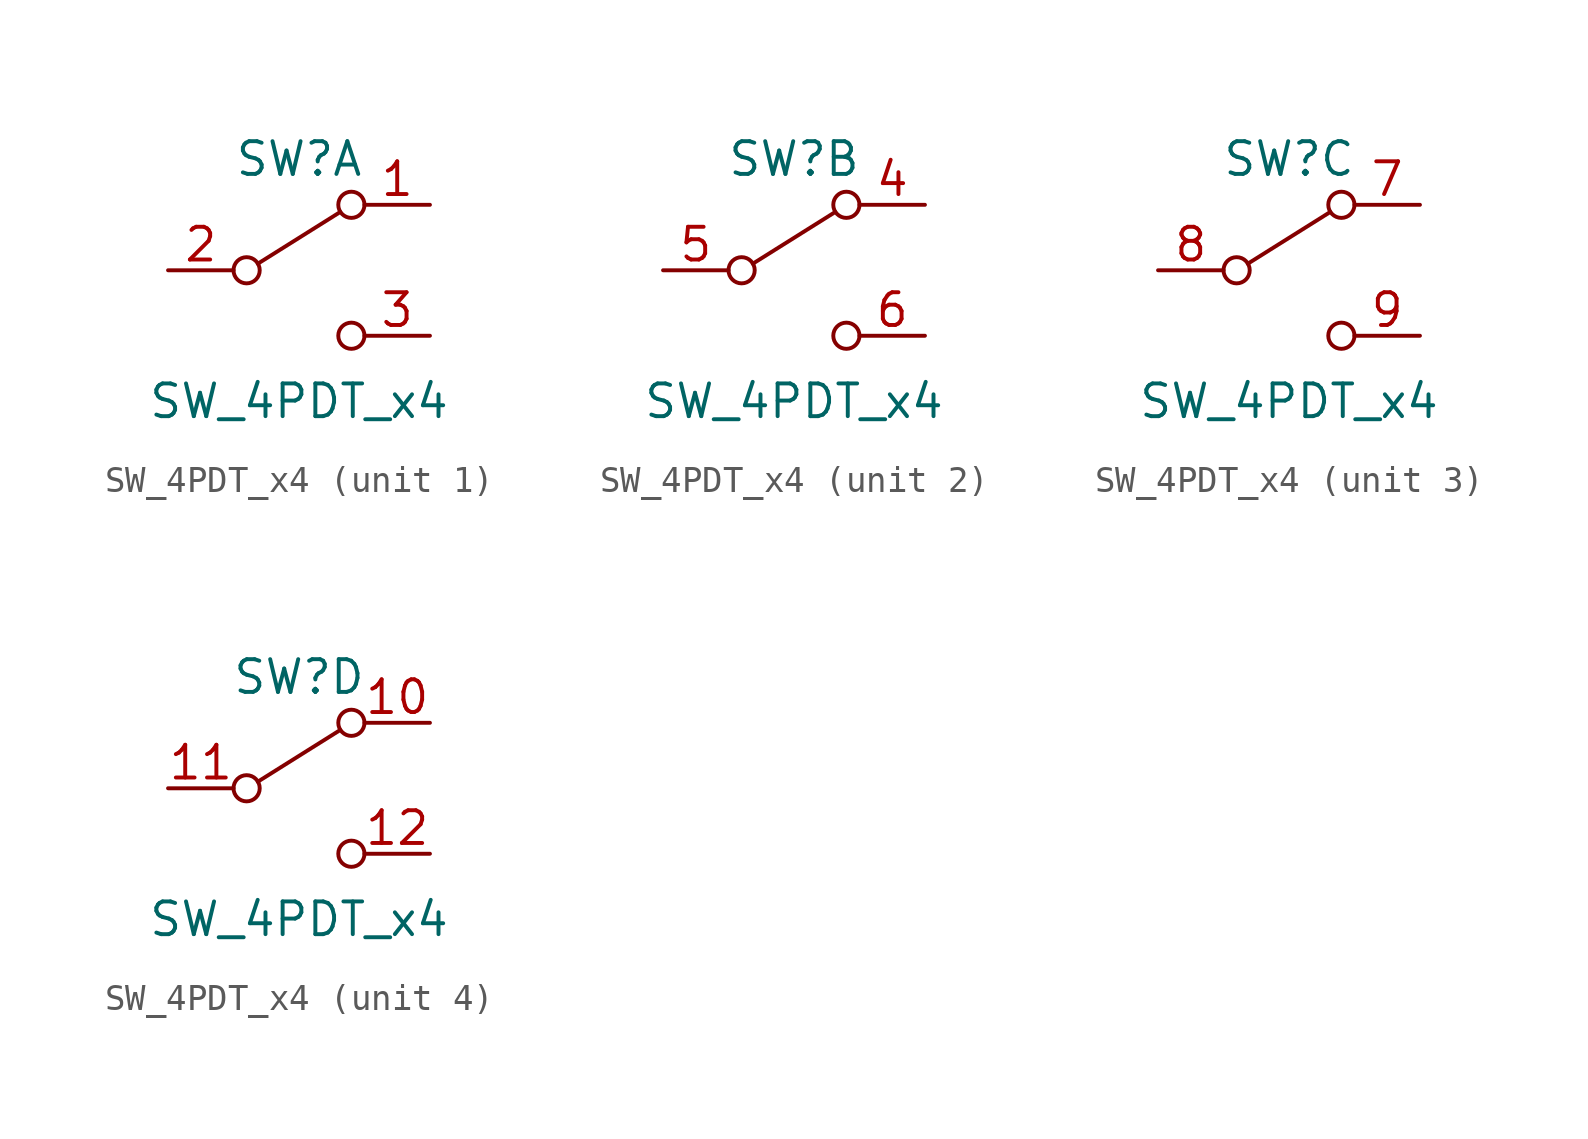
<source format=kicad_sym>
(kicad_symbol_lib
  (version 20211014)
  (generator kicad_symbol_editor)
  (symbol "SW_4PDT_x4"
    (pin_names
      (offset 0) hide)
    (property "Reference" "SW"
      (at 0 4.318 0)
      (effects (font (size 1.27 1.27))))
    (property "Value" "SW_4PDT_x4"
      (at 0 -5.08 0)
      (effects (font (size 1.27 1.27))))
    (symbol "SW_4PDT_x4_0_0"
      (circle (center -2.032 0) (radius 0.508) (stroke (width 0) (type default) (color 0 0 0 0)) (fill (type none)))
      (circle (center 2.032 -2.54) (radius 0.508) (stroke (width 0) (type default) (color 0 0 0 0)) (fill (type none))))
    (symbol "SW_4PDT_x4_0_1"
      (polyline (pts (xy -1.6 0.254) (xy 1.6 2.261)) (stroke (width 0) (type default) (color 0 0 0 0)) (fill (type none)))
      (circle (center 2.032 2.54) (radius 0.508) (stroke (width 0) (type default) (color 0 0 0 0)) (fill (type none))))
    (symbol "SW_4PDT_x4_1_1"
      (pin passive line (at 5.08 2.54 180) (length 2.54) (name "A" (effects (font (size 1.27 1.27)))) (number "1" (effects (font (size 1.27 1.27)))))
      (pin passive line (at -5.08 0 0) (length 2.54) (name "B" (effects (font (size 1.27 1.27)))) (number "2" (effects (font (size 1.27 1.27)))))
      (pin passive line (at 5.08 -2.54 180) (length 2.54) (name "C" (effects (font (size 1.27 1.27)))) (number "3" (effects (font (size 1.27 1.27))))))
    (symbol "SW_4PDT_x4_2_1"
      (pin passive line (at 5.08 2.54 180) (length 2.54) (name "A" (effects (font (size 1.27 1.27)))) (number "4" (effects (font (size 1.27 1.27)))))
      (pin passive line (at -5.08 0 0) (length 2.54) (name "B" (effects (font (size 1.27 1.27)))) (number "5" (effects (font (size 1.27 1.27)))))
      (pin passive line (at 5.08 -2.54 180) (length 2.54) (name "C" (effects (font (size 1.27 1.27)))) (number "6" (effects (font (size 1.27 1.27))))))
    (symbol "SW_4PDT_x4_3_1"
      (pin passive line (at 5.08 2.54 180) (length 2.54) (name "A" (effects (font (size 1.27 1.27)))) (number "7" (effects (font (size 1.27 1.27)))))
      (pin passive line (at -5.08 0 0) (length 2.54) (name "B" (effects (font (size 1.27 1.27)))) (number "8" (effects (font (size 1.27 1.27)))))
      (pin passive line (at 5.08 -2.54 180) (length 2.54) (name "C" (effects (font (size 1.27 1.27)))) (number "9" (effects (font (size 1.27 1.27))))))
    (symbol "SW_4PDT_x4_4_1"
      (pin passive line (at 5.08 2.54 180) (length 2.54) (name "A" (effects (font (size 1.27 1.27)))) (number "10" (effects (font (size 1.27 1.27)))))
      (pin passive line (at -5.08 0 0) (length 2.54) (name "B" (effects (font (size 1.27 1.27)))) (number "11" (effects (font (size 1.27 1.27)))))
      (pin passive line (at 5.08 -2.54 180) (length 2.54) (name "C" (effects (font (size 1.27 1.27)))) (number "12" (effects (font (size 1.27 1.27))))))))
</source>
